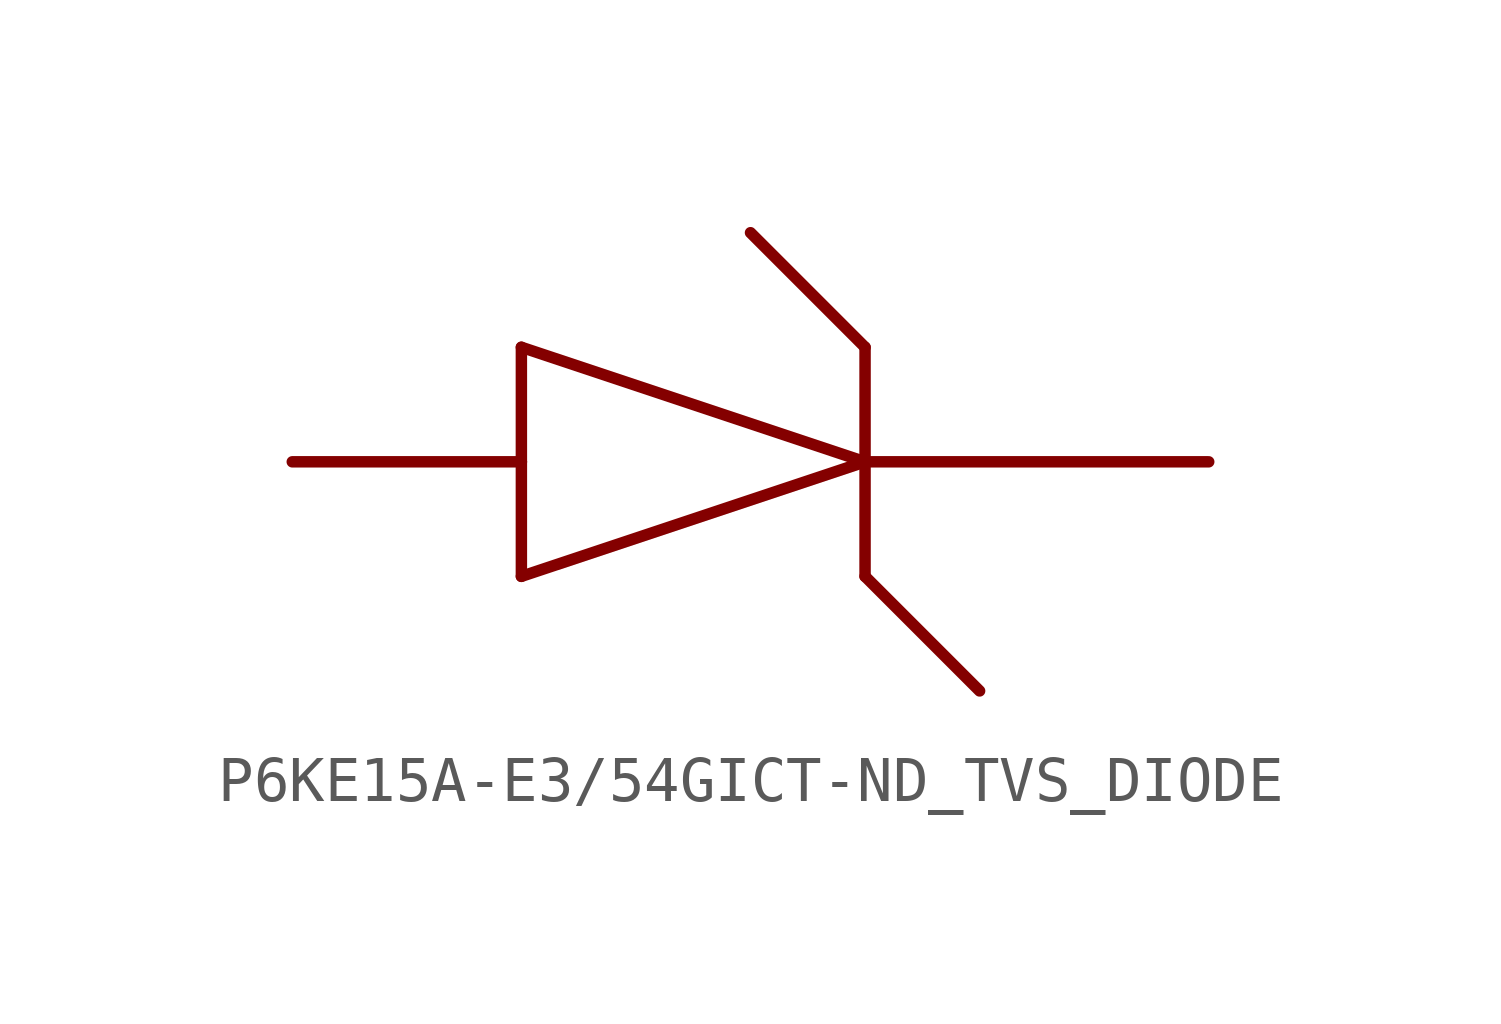
<source format=kicad_sym>
(kicad_symbol_lib
  (version 20220914)
  (generator kicad_symbol_editor)
  (symbol "P6KE15A-E3/54GICT-ND_TVS_DIODE"
    (property "Reference" ""
      (at 0 0 0)
      (effects (font (size 1.27 1.27)) hide))
    (property "ki_locked" ""
      (at 0 0 0)
      (effects (font (size 1.27 1.27))))
    (symbol "P6KE15A-E3/54GICT-ND_TVS_DIODE_1_0"
      (polyline (pts (xy -5.08 -2.54) (xy -5.08 0)) (stroke (width 0.254) (type solid)) (fill (type none)))
      (polyline (pts (xy -5.08 0) (xy -10.16 0)) (stroke (width 0.254) (type solid)) (fill (type none)))
      (polyline (pts (xy -5.08 0) (xy -5.08 2.54)) (stroke (width 0.254) (type solid)) (fill (type none)))
      (polyline (pts (xy -5.08 2.54) (xy 2.54 0)) (stroke (width 0.254) (type solid)) (fill (type none)))
      (polyline (pts (xy 0 5.08) (xy 2.54 2.54)) (stroke (width 0.254) (type solid)) (fill (type none)))
      (polyline (pts (xy 2.54 -2.54) (xy 5.08 -5.08)) (stroke (width 0.254) (type solid)) (fill (type none)))
      (polyline (pts (xy 2.54 0) (xy -5.08 -2.54)) (stroke (width 0.254) (type solid)) (fill (type none)))
      (polyline (pts (xy 2.54 0) (xy 2.54 -2.54)) (stroke (width 0.254) (type solid)) (fill (type none)))
      (polyline (pts (xy 2.54 2.54) (xy 2.54 0)) (stroke (width 0.254) (type solid)) (fill (type none)))
      (polyline (pts (xy 10.16 0) (xy 2.54 0)) (stroke (width 0.254) (type solid)) (fill (type none)))
      (pin bidirectional line (at -10.16 0 0) (length 5.08) (name "P(+)" (effects (font (size 0 0)))) (number "P$1" (effects (font (size 0 0)))))
      (pin bidirectional line (at 10.16 0 180) (length 5.08) (name "P(-)" (effects (font (size 0 0)))) (number "P$2" (effects (font (size 0 0))))))))
</source>
